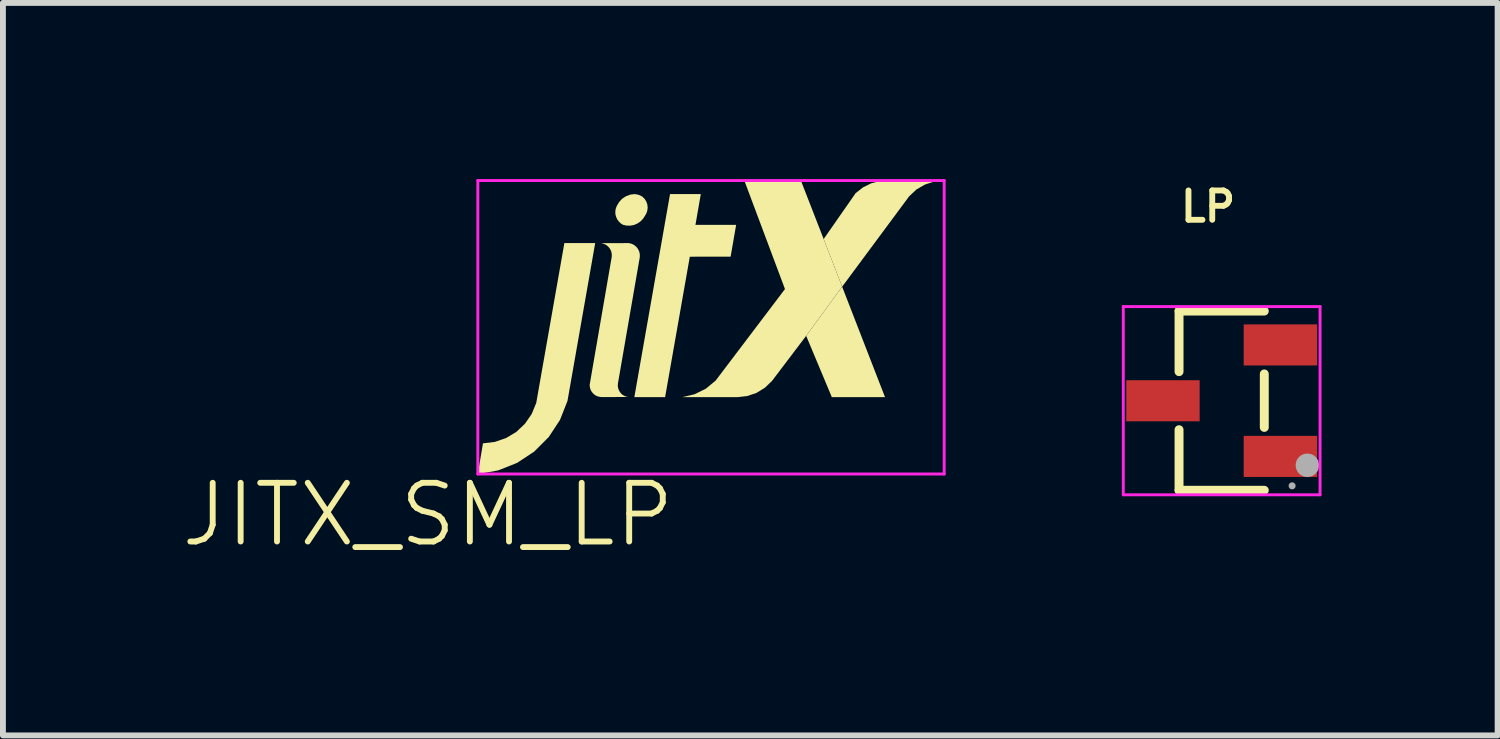
<source format=kicad_pcb>
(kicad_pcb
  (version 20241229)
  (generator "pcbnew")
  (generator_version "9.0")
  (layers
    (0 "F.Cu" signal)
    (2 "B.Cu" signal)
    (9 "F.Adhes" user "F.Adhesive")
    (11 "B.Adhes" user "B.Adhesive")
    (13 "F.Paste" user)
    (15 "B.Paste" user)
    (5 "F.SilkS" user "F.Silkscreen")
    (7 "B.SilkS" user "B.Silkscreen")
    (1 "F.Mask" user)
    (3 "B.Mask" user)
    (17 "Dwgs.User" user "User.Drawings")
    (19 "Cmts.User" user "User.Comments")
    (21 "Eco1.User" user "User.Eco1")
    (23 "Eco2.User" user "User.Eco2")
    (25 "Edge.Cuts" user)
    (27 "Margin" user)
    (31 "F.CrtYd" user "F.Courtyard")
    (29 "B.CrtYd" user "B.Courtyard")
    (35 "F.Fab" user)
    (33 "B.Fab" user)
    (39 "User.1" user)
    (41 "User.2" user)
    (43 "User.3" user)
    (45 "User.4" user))
  (footprint "LP"
    (layer "F.Cu")
    (at 17.761 3.776)
    (property "Reference" "LP" (at -0.75 -3.308 0) (layer "F.SilkS") (effects (font (size 0.5 0.5) (thickness 0.1)) (justify left)))
    (fp_line (start -0.726 -1.527) (end -0.726 -0.495) (stroke (width 0.152) (type solid)) (layer "F.SilkS"))
    (fp_line (start -0.726 1.526) (end -0.726 0.494) (stroke (width 0.152) (type solid)) (layer "F.SilkS"))
    (fp_line (start 0.726 -1.527) (end -0.726 -1.527) (stroke (width 0.152) (type solid)) (layer "F.SilkS"))
    (fp_line (start 0.726 -0.456) (end 0.726 0.455) (stroke (width 0.152) (type solid)) (layer "F.SilkS"))
    (fp_line (start 0.726 1.526) (end -0.726 1.526) (stroke (width 0.152) (type solid)) (layer "F.SilkS"))
    (fp_line (start -1.676 -1.603) (end -1.676 1.603) (stroke (width 0.05) (type solid)) (layer "F.CrtYd"))
    (fp_line (start -1.676 1.603) (end 1.676 1.603) (stroke (width 0.05) (type solid)) (layer "F.CrtYd"))
    (fp_line (start 1.676 -1.603) (end -1.676 -1.603) (stroke (width 0.05) (type solid)) (layer "F.CrtYd"))
    (fp_line (start 1.676 1.603) (end 1.676 -1.603) (stroke (width 0.05) (type solid)) (layer "F.CrtYd"))
    (fp_arc (start 1.23 1.45) (mid 1.17 1.45) (end 1.23 1.45) (stroke (width 0.06) (type solid)) (layer "F.Fab"))
    (fp_arc (start 1.56 1.1) (mid 1.36 1.1) (end 1.56 1.1) (stroke (width 0.2) (type solid)) (layer "F.Fab"))
    (pad "1" smd rect (at 1 0.949) (size 1.25 0.7) (layers "F.Cu" "F.Mask" "F.Paste"))
    (pad "2" smd rect (at 1 -0.95) (size 1.25 0.7) (layers "F.Cu" "F.Mask" "F.Paste"))
    (pad "3" smd rect (at -1 0.001) (size 1.25 0.7) (layers "F.Cu" "F.Mask" "F.Paste")))
  (footprint "JITX_SM_LP"
    (layer "F.Cu")
    (at 4.24 5.717)
    (property "Reference" "JITX_SM_LP" (at 0 0 0) (layer "F.SilkS") (effects (font (size 1 1) (thickness 0.1))))
    (fp_poly (pts (xy 6.443 -3.046) (xy 7.056 -3.883) (xy 7.786 -2.002) (xy 6.88 -2.002)) (stroke (width 0) (type solid)) (fill yes) (layer "F.SilkS"))
    (fp_poly (pts (xy 3.516 -2.002) (xy 4.04 -2.002) (xy 4.461 -4.394) (xy 5.156 -4.395) (xy 5.25 -4.936) (xy 4.557 -4.936) (xy 4.648 -5.461) (xy 4.124 -5.461)) (stroke (width 0) (type solid)) (fill yes) (layer "F.SilkS"))
    (fp_poly (pts (xy 7.056 -3.883) (xy 8.197 -5.422) (xy 8.32 -5.538) (xy 8.466 -5.623) (xy 8.626 -5.676) (xy 8.794 -5.692) (xy 7.866 -5.691) (xy 7.707 -5.685) (xy 7.553 -5.645) (xy 7.411 -5.575) (xy 7.286 -5.477) (xy 6.741 -4.695)) (stroke (width 0) (type solid)) (fill yes) (layer "F.SilkS"))
    (fp_poly (pts (xy 6.443 -3.046) (xy 7.056 -3.883) (xy 6.741 -4.695) (xy 6.354 -5.689) (xy 5.39 -5.69) (xy 6.082 -3.843) (xy 4.901 -2.284) (xy 4.735 -2.146) (xy 4.542 -2.051) (xy 4.332 -2.002) (xy 5.273 -2.002) (xy 5.439 -2.021) (xy 5.597 -2.074) (xy 5.74 -2.162) (xy 5.861 -2.278)) (stroke (width 0) (type solid)) (fill yes) (layer "F.SilkS"))
    (fp_poly (pts (xy 2.849 -4.626) (xy 2.324 -4.626) (xy 1.845 -1.904) (xy 1.768 -1.716) (xy 1.653 -1.549) (xy 1.505 -1.409) (xy 1.331 -1.305) (xy 1.139 -1.239) (xy 0.937 -1.215) (xy 0.85 -0.692) (xy 1.194 -0.753) (xy 1.519 -0.882) (xy 1.81 -1.074) (xy 2.057 -1.321) (xy 2.249 -1.613) (xy 2.377 -1.937)) (stroke (width 0) (type solid)) (fill yes) (layer "F.SilkS"))
    (fp_poly (pts (xy 3.526 -5.461) (xy 3.449 -5.452) (xy 3.375 -5.425) (xy 3.31 -5.383) (xy 3.257 -5.326) (xy 3.217 -5.259) (xy 3.217 -5.259) (xy 3.2 -5.215) (xy 3.192 -5.169) (xy 3.193 -5.122) (xy 3.204 -5.076) (xy 3.223 -5.033) (xy 3.25 -4.995) (xy 3.284 -4.962) (xy 3.324 -4.937) (xy 3.385 -4.924) (xy 3.447 -4.923) (xy 3.508 -4.934) (xy 3.565 -4.958) (xy 3.617 -4.992) (xy 3.661 -5.036) (xy 3.695 -5.088) (xy 3.722 -5.134) (xy 3.738 -5.184) (xy 3.743 -5.237) (xy 3.736 -5.29) (xy 3.717 -5.339) (xy 3.687 -5.384) (xy 3.649 -5.42) (xy 3.59 -5.448) (xy 3.526 -5.461)) (stroke (width 0) (type solid)) (fill yes) (layer "F.SilkS"))
    (fp_poly (pts (xy 3.405 -2.004) (xy 3.361 -2.016) (xy 3.321 -2.037) (xy 3.287 -2.066) (xy 3.261 -2.103) (xy 3.243 -2.144) (xy 3.234 -2.188) (xy 3.236 -2.233) (xy 3.609 -4.388) (xy 3.609 -4.436) (xy 3.599 -4.483) (xy 3.578 -4.526) (xy 3.548 -4.564) (xy 3.511 -4.594) (xy 3.468 -4.615) (xy 3.421 -4.626) (xy 2.952 -4.625) (xy 2.997 -4.613) (xy 3.038 -4.593) (xy 3.074 -4.563) (xy 3.102 -4.527) (xy 3.122 -4.485) (xy 3.131 -4.44) (xy 3.131 -4.393) (xy 2.755 -2.213) (xy 2.758 -2.173) (xy 2.768 -2.135) (xy 2.786 -2.099) (xy 2.81 -2.068) (xy 2.84 -2.041) (xy 2.874 -2.021) (xy 2.912 -2.009) (xy 2.951 -2.003)) (stroke (width 0) (type solid)) (fill yes) (layer "F.SilkS"))
    (fp_line (start 0.85 -5.692) (end 0.85 -0.692) (stroke (width 0.05) (type solid)) (layer "F.CrtYd"))
    (fp_line (start 0.85 -0.692) (end 8.794 -0.692) (stroke (width 0.05) (type solid)) (layer "F.CrtYd"))
    (fp_line (start 8.794 -5.692) (end 0.85 -5.692) (stroke (width 0.05) (type solid)) (layer "F.CrtYd"))
    (fp_line (start 8.794 -0.692) (end 8.794 -5.692) (stroke (width 0.05) (type solid)) (layer "F.CrtYd")))
  (gr_rect
    (start -3 -3)
    (end 22.462 9.478)
    (stroke (width 0.1) (type default))
    (fill no)
    (layer "Edge.Cuts")))
</source>
